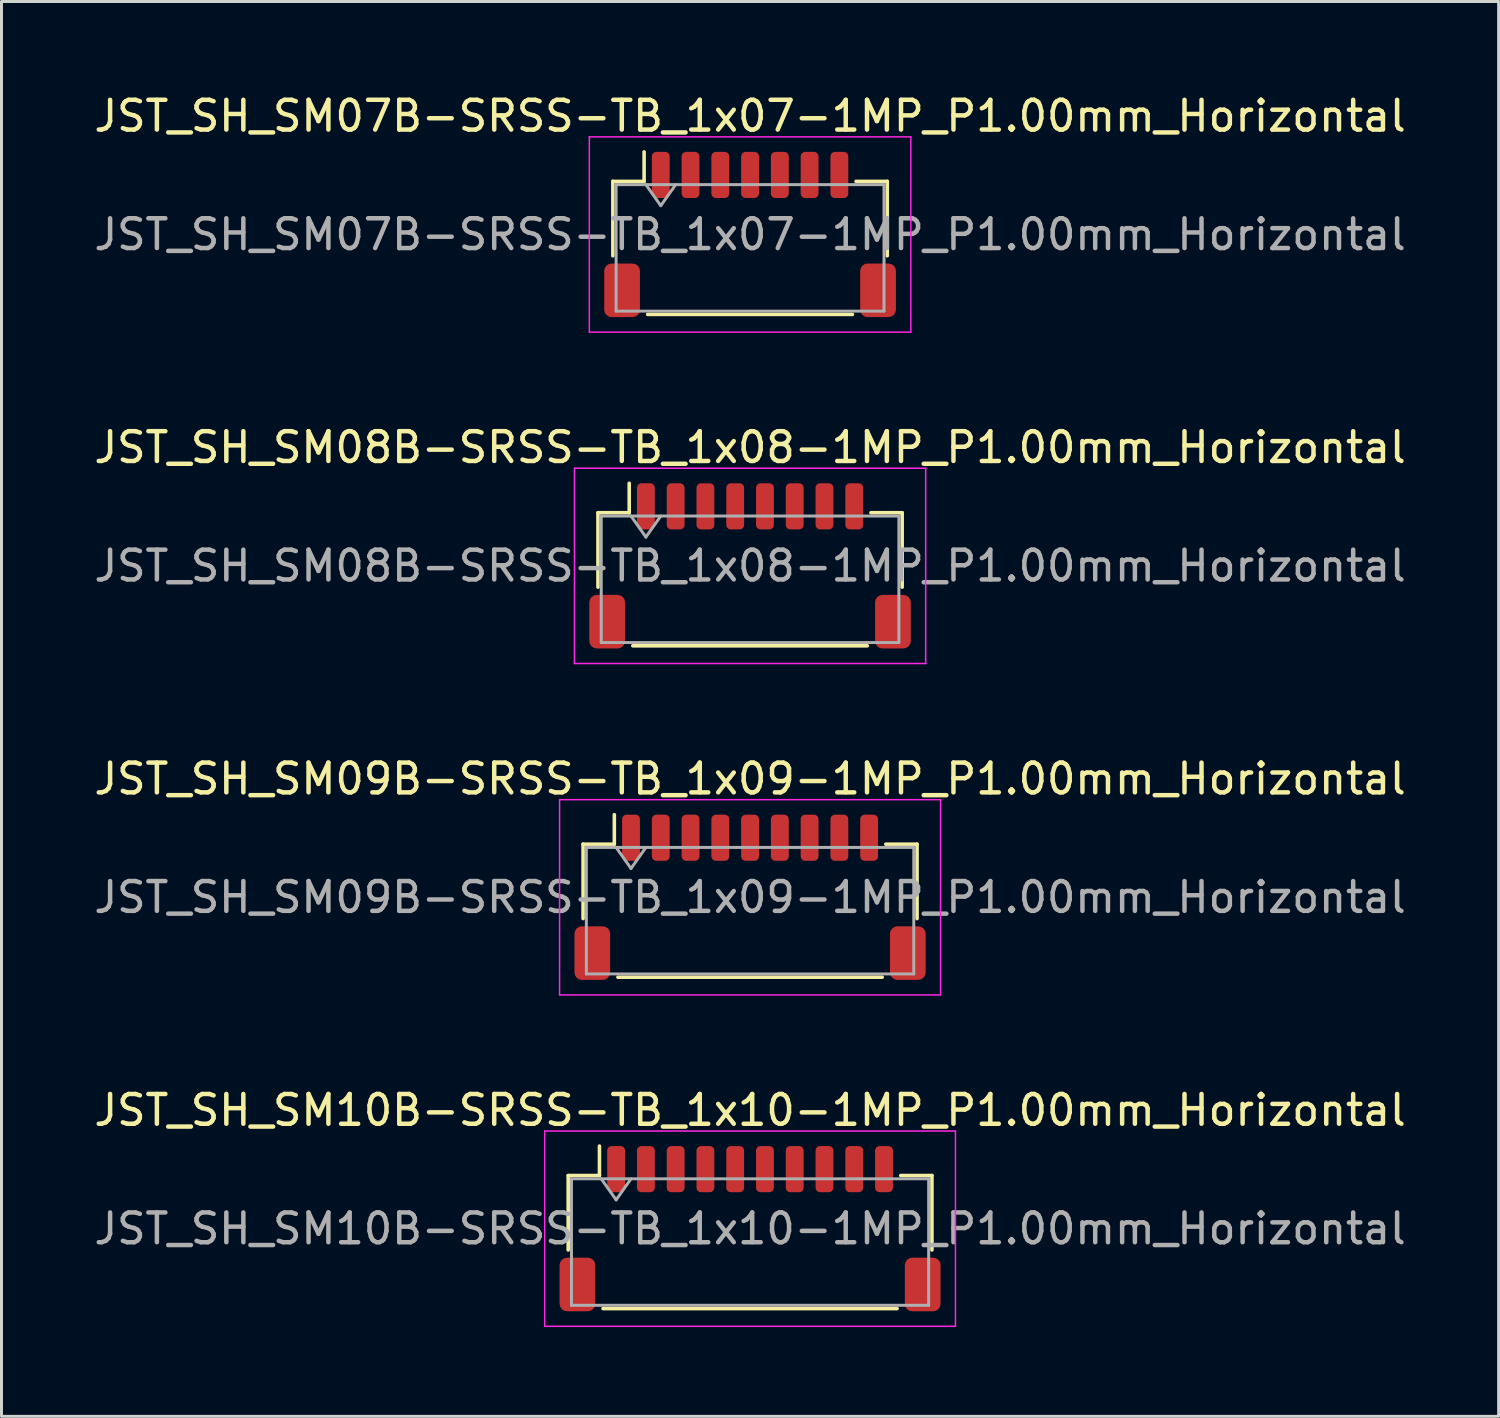
<source format=kicad_pcb>
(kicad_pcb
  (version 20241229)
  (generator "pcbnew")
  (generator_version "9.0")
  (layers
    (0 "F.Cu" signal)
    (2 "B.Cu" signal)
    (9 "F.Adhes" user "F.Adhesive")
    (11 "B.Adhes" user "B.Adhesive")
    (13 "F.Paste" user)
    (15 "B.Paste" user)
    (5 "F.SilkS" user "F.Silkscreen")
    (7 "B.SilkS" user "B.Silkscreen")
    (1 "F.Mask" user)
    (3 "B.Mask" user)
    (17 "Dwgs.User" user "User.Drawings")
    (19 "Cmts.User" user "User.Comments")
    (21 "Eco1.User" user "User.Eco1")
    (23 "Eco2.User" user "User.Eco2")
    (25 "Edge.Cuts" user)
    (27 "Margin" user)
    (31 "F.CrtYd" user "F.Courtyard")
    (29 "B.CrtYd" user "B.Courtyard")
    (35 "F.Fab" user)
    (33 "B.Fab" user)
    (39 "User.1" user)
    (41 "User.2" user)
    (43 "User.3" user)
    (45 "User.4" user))
  (footprint "JST_SH_SM10B-SRSS-TB_1x10-1MP_P1.00mm_Horizontal"
    (layer "F.Cu")
    (at 22.149 38.228)
    (property "Reference" "JST_SH_SM10B-SRSS-TB_1x10-1MP_P1.00mm_Horizontal" (at 0 -3.98 0) (layer "F.SilkS") (effects (font (size 1 1) (thickness 0.15))))
    (attr smd)
    (fp_line (start -6.11 -1.785) (end -5.06 -1.785) (stroke (width 0.12) (type solid)) (layer "F.SilkS"))
    (fp_line (start -6.11 0.715) (end -6.11 -1.785) (stroke (width 0.12) (type solid)) (layer "F.SilkS"))
    (fp_line (start -5.06 -1.785) (end -5.06 -2.775) (stroke (width 0.12) (type solid)) (layer "F.SilkS"))
    (fp_line (start -4.94 2.685) (end 4.94 2.685) (stroke (width 0.12) (type solid)) (layer "F.SilkS"))
    (fp_line (start 6.11 -1.785) (end 5.06 -1.785) (stroke (width 0.12) (type solid)) (layer "F.SilkS"))
    (fp_line (start 6.11 0.715) (end 6.11 -1.785) (stroke (width 0.12) (type solid)) (layer "F.SilkS"))
    (fp_line (start -6.9 -3.28) (end -6.9 3.28) (stroke (width 0.05) (type solid)) (layer "F.CrtYd"))
    (fp_line (start -6.9 3.28) (end 6.9 3.28) (stroke (width 0.05) (type solid)) (layer "F.CrtYd"))
    (fp_line (start 6.9 -3.28) (end -6.9 -3.28) (stroke (width 0.05) (type solid)) (layer "F.CrtYd"))
    (fp_line (start 6.9 3.28) (end 6.9 -3.28) (stroke (width 0.05) (type solid)) (layer "F.CrtYd"))
    (fp_line (start -6 -1.675) (end -6 2.575) (stroke (width 0.1) (type solid)) (layer "F.Fab"))
    (fp_line (start -6 -1.675) (end 6 -1.675) (stroke (width 0.1) (type solid)) (layer "F.Fab"))
    (fp_line (start -6 2.575) (end 6 2.575) (stroke (width 0.1) (type solid)) (layer "F.Fab"))
    (fp_line (start -5 -1.675) (end -4.5 -0.968) (stroke (width 0.1) (type solid)) (layer "F.Fab"))
    (fp_line (start -4.5 -0.968) (end -4 -1.675) (stroke (width 0.1) (type solid)) (layer "F.Fab"))
    (fp_line (start 6 -1.675) (end 6 2.575) (stroke (width 0.1) (type solid)) (layer "F.Fab"))
    (fp_text user "${REFERENCE}" (at 0 0 0) (layer "F.Fab") (effects (font (size 1 1) (thickness 0.15))))
    (pad "1" smd roundrect (at -4.5 -2) (size 0.6 1.55) (layers "F.Cu" "F.Mask" "F.Paste") (roundrect_rratio 0.25))
    (pad "2" smd roundrect (at -3.5 -2) (size 0.6 1.55) (layers "F.Cu" "F.Mask" "F.Paste") (roundrect_rratio 0.25))
    (pad "3" smd roundrect (at -2.5 -2) (size 0.6 1.55) (layers "F.Cu" "F.Mask" "F.Paste") (roundrect_rratio 0.25))
    (pad "4" smd roundrect (at -1.5 -2) (size 0.6 1.55) (layers "F.Cu" "F.Mask" "F.Paste") (roundrect_rratio 0.25))
    (pad "5" smd roundrect (at -0.5 -2) (size 0.6 1.55) (layers "F.Cu" "F.Mask" "F.Paste") (roundrect_rratio 0.25))
    (pad "6" smd roundrect (at 0.5 -2) (size 0.6 1.55) (layers "F.Cu" "F.Mask" "F.Paste") (roundrect_rratio 0.25))
    (pad "7" smd roundrect (at 1.5 -2) (size 0.6 1.55) (layers "F.Cu" "F.Mask" "F.Paste") (roundrect_rratio 0.25))
    (pad "8" smd roundrect (at 2.5 -2) (size 0.6 1.55) (layers "F.Cu" "F.Mask" "F.Paste") (roundrect_rratio 0.25))
    (pad "9" smd roundrect (at 3.5 -2) (size 0.6 1.55) (layers "F.Cu" "F.Mask" "F.Paste") (roundrect_rratio 0.25))
    (pad "10" smd roundrect (at 4.5 -2) (size 0.6 1.55) (layers "F.Cu" "F.Mask" "F.Paste") (roundrect_rratio 0.25))
    (pad "MP" smd roundrect (at -5.8 1.875) (size 1.2 1.8) (layers "F.Cu" "F.Mask" "F.Paste") (roundrect_rratio 0.208))
    (pad "MP" smd roundrect (at 5.8 1.875) (size 1.2 1.8) (layers "F.Cu" "F.Mask" "F.Paste") (roundrect_rratio 0.208)))
  (footprint "JST_SH_SM09B-SRSS-TB_1x09-1MP_P1.00mm_Horizontal"
    (layer "F.Cu")
    (at 22.149 27.095)
    (property "Reference" "JST_SH_SM09B-SRSS-TB_1x09-1MP_P1.00mm_Horizontal" (at 0 -3.98 0) (layer "F.SilkS") (effects (font (size 1 1) (thickness 0.15))))
    (attr smd)
    (fp_line (start -5.61 -1.785) (end -4.56 -1.785) (stroke (width 0.12) (type solid)) (layer "F.SilkS"))
    (fp_line (start -5.61 0.715) (end -5.61 -1.785) (stroke (width 0.12) (type solid)) (layer "F.SilkS"))
    (fp_line (start -4.56 -1.785) (end -4.56 -2.775) (stroke (width 0.12) (type solid)) (layer "F.SilkS"))
    (fp_line (start -4.44 2.685) (end 4.44 2.685) (stroke (width 0.12) (type solid)) (layer "F.SilkS"))
    (fp_line (start 5.61 -1.785) (end 4.56 -1.785) (stroke (width 0.12) (type solid)) (layer "F.SilkS"))
    (fp_line (start 5.61 0.715) (end 5.61 -1.785) (stroke (width 0.12) (type solid)) (layer "F.SilkS"))
    (fp_line (start -6.4 -3.28) (end -6.4 3.28) (stroke (width 0.05) (type solid)) (layer "F.CrtYd"))
    (fp_line (start -6.4 3.28) (end 6.4 3.28) (stroke (width 0.05) (type solid)) (layer "F.CrtYd"))
    (fp_line (start 6.4 -3.28) (end -6.4 -3.28) (stroke (width 0.05) (type solid)) (layer "F.CrtYd"))
    (fp_line (start 6.4 3.28) (end 6.4 -3.28) (stroke (width 0.05) (type solid)) (layer "F.CrtYd"))
    (fp_line (start -5.5 -1.675) (end -5.5 2.575) (stroke (width 0.1) (type solid)) (layer "F.Fab"))
    (fp_line (start -5.5 -1.675) (end 5.5 -1.675) (stroke (width 0.1) (type solid)) (layer "F.Fab"))
    (fp_line (start -5.5 2.575) (end 5.5 2.575) (stroke (width 0.1) (type solid)) (layer "F.Fab"))
    (fp_line (start -4.5 -1.675) (end -4 -0.968) (stroke (width 0.1) (type solid)) (layer "F.Fab"))
    (fp_line (start -4 -0.968) (end -3.5 -1.675) (stroke (width 0.1) (type solid)) (layer "F.Fab"))
    (fp_line (start 5.5 -1.675) (end 5.5 2.575) (stroke (width 0.1) (type solid)) (layer "F.Fab"))
    (fp_text user "${REFERENCE}" (at 0 0 0) (layer "F.Fab") (effects (font (size 1 1) (thickness 0.15))))
    (pad "1" smd roundrect (at -4 -2) (size 0.6 1.55) (layers "F.Cu" "F.Mask" "F.Paste") (roundrect_rratio 0.25))
    (pad "2" smd roundrect (at -3 -2) (size 0.6 1.55) (layers "F.Cu" "F.Mask" "F.Paste") (roundrect_rratio 0.25))
    (pad "3" smd roundrect (at -2 -2) (size 0.6 1.55) (layers "F.Cu" "F.Mask" "F.Paste") (roundrect_rratio 0.25))
    (pad "4" smd roundrect (at -1 -2) (size 0.6 1.55) (layers "F.Cu" "F.Mask" "F.Paste") (roundrect_rratio 0.25))
    (pad "5" smd roundrect (at 0 -2) (size 0.6 1.55) (layers "F.Cu" "F.Mask" "F.Paste") (roundrect_rratio 0.25))
    (pad "6" smd roundrect (at 1 -2) (size 0.6 1.55) (layers "F.Cu" "F.Mask" "F.Paste") (roundrect_rratio 0.25))
    (pad "7" smd roundrect (at 2 -2) (size 0.6 1.55) (layers "F.Cu" "F.Mask" "F.Paste") (roundrect_rratio 0.25))
    (pad "8" smd roundrect (at 3 -2) (size 0.6 1.55) (layers "F.Cu" "F.Mask" "F.Paste") (roundrect_rratio 0.25))
    (pad "9" smd roundrect (at 4 -2) (size 0.6 1.55) (layers "F.Cu" "F.Mask" "F.Paste") (roundrect_rratio 0.25))
    (pad "MP" smd roundrect (at -5.3 1.875) (size 1.2 1.8) (layers "F.Cu" "F.Mask" "F.Paste") (roundrect_rratio 0.208))
    (pad "MP" smd roundrect (at 5.3 1.875) (size 1.2 1.8) (layers "F.Cu" "F.Mask" "F.Paste") (roundrect_rratio 0.208)))
  (footprint "JST_SH_SM07B-SRSS-TB_1x07-1MP_P1.00mm_Horizontal"
    (layer "F.Cu")
    (at 22.149 4.828)
    (property "Reference" "JST_SH_SM07B-SRSS-TB_1x07-1MP_P1.00mm_Horizontal" (at 0 -3.98 0) (layer "F.SilkS") (effects (font (size 1 1) (thickness 0.15))))
    (attr smd)
    (fp_line (start -4.61 -1.785) (end -3.56 -1.785) (stroke (width 0.12) (type solid)) (layer "F.SilkS"))
    (fp_line (start -4.61 0.715) (end -4.61 -1.785) (stroke (width 0.12) (type solid)) (layer "F.SilkS"))
    (fp_line (start -3.56 -1.785) (end -3.56 -2.775) (stroke (width 0.12) (type solid)) (layer "F.SilkS"))
    (fp_line (start -3.44 2.685) (end 3.44 2.685) (stroke (width 0.12) (type solid)) (layer "F.SilkS"))
    (fp_line (start 4.61 -1.785) (end 3.56 -1.785) (stroke (width 0.12) (type solid)) (layer "F.SilkS"))
    (fp_line (start 4.61 0.715) (end 4.61 -1.785) (stroke (width 0.12) (type solid)) (layer "F.SilkS"))
    (fp_line (start -5.4 -3.28) (end -5.4 3.28) (stroke (width 0.05) (type solid)) (layer "F.CrtYd"))
    (fp_line (start -5.4 3.28) (end 5.4 3.28) (stroke (width 0.05) (type solid)) (layer "F.CrtYd"))
    (fp_line (start 5.4 -3.28) (end -5.4 -3.28) (stroke (width 0.05) (type solid)) (layer "F.CrtYd"))
    (fp_line (start 5.4 3.28) (end 5.4 -3.28) (stroke (width 0.05) (type solid)) (layer "F.CrtYd"))
    (fp_line (start -4.5 -1.675) (end -4.5 2.575) (stroke (width 0.1) (type solid)) (layer "F.Fab"))
    (fp_line (start -4.5 -1.675) (end 4.5 -1.675) (stroke (width 0.1) (type solid)) (layer "F.Fab"))
    (fp_line (start -4.5 2.575) (end 4.5 2.575) (stroke (width 0.1) (type solid)) (layer "F.Fab"))
    (fp_line (start -3.5 -1.675) (end -3 -0.968) (stroke (width 0.1) (type solid)) (layer "F.Fab"))
    (fp_line (start -3 -0.968) (end -2.5 -1.675) (stroke (width 0.1) (type solid)) (layer "F.Fab"))
    (fp_line (start 4.5 -1.675) (end 4.5 2.575) (stroke (width 0.1) (type solid)) (layer "F.Fab"))
    (fp_text user "${REFERENCE}" (at 0 0 0) (layer "F.Fab") (effects (font (size 1 1) (thickness 0.15))))
    (pad "1" smd roundrect (at -3 -2) (size 0.6 1.55) (layers "F.Cu" "F.Mask" "F.Paste") (roundrect_rratio 0.25))
    (pad "2" smd roundrect (at -2 -2) (size 0.6 1.55) (layers "F.Cu" "F.Mask" "F.Paste") (roundrect_rratio 0.25))
    (pad "3" smd roundrect (at -1 -2) (size 0.6 1.55) (layers "F.Cu" "F.Mask" "F.Paste") (roundrect_rratio 0.25))
    (pad "4" smd roundrect (at 0 -2) (size 0.6 1.55) (layers "F.Cu" "F.Mask" "F.Paste") (roundrect_rratio 0.25))
    (pad "5" smd roundrect (at 1 -2) (size 0.6 1.55) (layers "F.Cu" "F.Mask" "F.Paste") (roundrect_rratio 0.25))
    (pad "6" smd roundrect (at 2 -2) (size 0.6 1.55) (layers "F.Cu" "F.Mask" "F.Paste") (roundrect_rratio 0.25))
    (pad "7" smd roundrect (at 3 -2) (size 0.6 1.55) (layers "F.Cu" "F.Mask" "F.Paste") (roundrect_rratio 0.25))
    (pad "MP" smd roundrect (at -4.3 1.875) (size 1.2 1.8) (layers "F.Cu" "F.Mask" "F.Paste") (roundrect_rratio 0.208))
    (pad "MP" smd roundrect (at 4.3 1.875) (size 1.2 1.8) (layers "F.Cu" "F.Mask" "F.Paste") (roundrect_rratio 0.208)))
  (footprint "JST_SH_SM08B-SRSS-TB_1x08-1MP_P1.00mm_Horizontal"
    (layer "F.Cu")
    (at 22.149 15.961)
    (property "Reference" "JST_SH_SM08B-SRSS-TB_1x08-1MP_P1.00mm_Horizontal" (at 0 -3.98 0) (layer "F.SilkS") (effects (font (size 1 1) (thickness 0.15))))
    (attr smd)
    (fp_line (start -5.11 -1.785) (end -4.06 -1.785) (stroke (width 0.12) (type solid)) (layer "F.SilkS"))
    (fp_line (start -5.11 0.715) (end -5.11 -1.785) (stroke (width 0.12) (type solid)) (layer "F.SilkS"))
    (fp_line (start -4.06 -1.785) (end -4.06 -2.775) (stroke (width 0.12) (type solid)) (layer "F.SilkS"))
    (fp_line (start -3.94 2.685) (end 3.94 2.685) (stroke (width 0.12) (type solid)) (layer "F.SilkS"))
    (fp_line (start 5.11 -1.785) (end 4.06 -1.785) (stroke (width 0.12) (type solid)) (layer "F.SilkS"))
    (fp_line (start 5.11 0.715) (end 5.11 -1.785) (stroke (width 0.12) (type solid)) (layer "F.SilkS"))
    (fp_line (start -5.9 -3.28) (end -5.9 3.28) (stroke (width 0.05) (type solid)) (layer "F.CrtYd"))
    (fp_line (start -5.9 3.28) (end 5.9 3.28) (stroke (width 0.05) (type solid)) (layer "F.CrtYd"))
    (fp_line (start 5.9 -3.28) (end -5.9 -3.28) (stroke (width 0.05) (type solid)) (layer "F.CrtYd"))
    (fp_line (start 5.9 3.28) (end 5.9 -3.28) (stroke (width 0.05) (type solid)) (layer "F.CrtYd"))
    (fp_line (start -5 -1.675) (end -5 2.575) (stroke (width 0.1) (type solid)) (layer "F.Fab"))
    (fp_line (start -5 -1.675) (end 5 -1.675) (stroke (width 0.1) (type solid)) (layer "F.Fab"))
    (fp_line (start -5 2.575) (end 5 2.575) (stroke (width 0.1) (type solid)) (layer "F.Fab"))
    (fp_line (start -4 -1.675) (end -3.5 -0.968) (stroke (width 0.1) (type solid)) (layer "F.Fab"))
    (fp_line (start -3.5 -0.968) (end -3 -1.675) (stroke (width 0.1) (type solid)) (layer "F.Fab"))
    (fp_line (start 5 -1.675) (end 5 2.575) (stroke (width 0.1) (type solid)) (layer "F.Fab"))
    (fp_text user "${REFERENCE}" (at 0 0 0) (layer "F.Fab") (effects (font (size 1 1) (thickness 0.15))))
    (pad "1" smd roundrect (at -3.5 -2) (size 0.6 1.55) (layers "F.Cu" "F.Mask" "F.Paste") (roundrect_rratio 0.25))
    (pad "2" smd roundrect (at -2.5 -2) (size 0.6 1.55) (layers "F.Cu" "F.Mask" "F.Paste") (roundrect_rratio 0.25))
    (pad "3" smd roundrect (at -1.5 -2) (size 0.6 1.55) (layers "F.Cu" "F.Mask" "F.Paste") (roundrect_rratio 0.25))
    (pad "4" smd roundrect (at -0.5 -2) (size 0.6 1.55) (layers "F.Cu" "F.Mask" "F.Paste") (roundrect_rratio 0.25))
    (pad "5" smd roundrect (at 0.5 -2) (size 0.6 1.55) (layers "F.Cu" "F.Mask" "F.Paste") (roundrect_rratio 0.25))
    (pad "6" smd roundrect (at 1.5 -2) (size 0.6 1.55) (layers "F.Cu" "F.Mask" "F.Paste") (roundrect_rratio 0.25))
    (pad "7" smd roundrect (at 2.5 -2) (size 0.6 1.55) (layers "F.Cu" "F.Mask" "F.Paste") (roundrect_rratio 0.25))
    (pad "8" smd roundrect (at 3.5 -2) (size 0.6 1.55) (layers "F.Cu" "F.Mask" "F.Paste") (roundrect_rratio 0.25))
    (pad "MP" smd roundrect (at -4.8 1.875) (size 1.2 1.8) (layers "F.Cu" "F.Mask" "F.Paste") (roundrect_rratio 0.208))
    (pad "MP" smd roundrect (at 4.8 1.875) (size 1.2 1.8) (layers "F.Cu" "F.Mask" "F.Paste") (roundrect_rratio 0.208)))
  (gr_rect
    (start -3 -3)
    (end 47.298 44.533)
    (stroke (width 0.1) (type default))
    (fill no)
    (layer "Edge.Cuts")))
</source>
